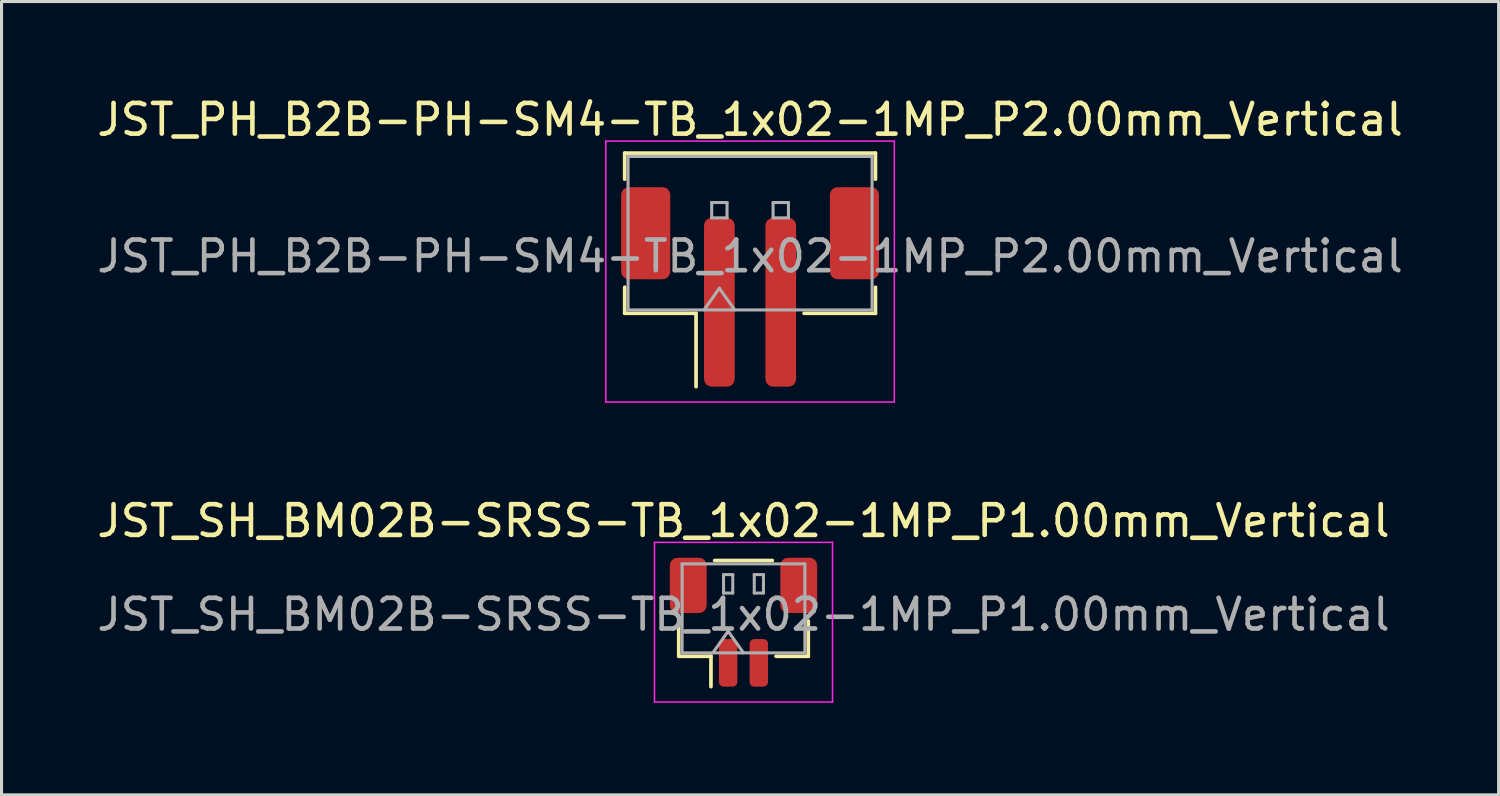
<source format=kicad_pcb>
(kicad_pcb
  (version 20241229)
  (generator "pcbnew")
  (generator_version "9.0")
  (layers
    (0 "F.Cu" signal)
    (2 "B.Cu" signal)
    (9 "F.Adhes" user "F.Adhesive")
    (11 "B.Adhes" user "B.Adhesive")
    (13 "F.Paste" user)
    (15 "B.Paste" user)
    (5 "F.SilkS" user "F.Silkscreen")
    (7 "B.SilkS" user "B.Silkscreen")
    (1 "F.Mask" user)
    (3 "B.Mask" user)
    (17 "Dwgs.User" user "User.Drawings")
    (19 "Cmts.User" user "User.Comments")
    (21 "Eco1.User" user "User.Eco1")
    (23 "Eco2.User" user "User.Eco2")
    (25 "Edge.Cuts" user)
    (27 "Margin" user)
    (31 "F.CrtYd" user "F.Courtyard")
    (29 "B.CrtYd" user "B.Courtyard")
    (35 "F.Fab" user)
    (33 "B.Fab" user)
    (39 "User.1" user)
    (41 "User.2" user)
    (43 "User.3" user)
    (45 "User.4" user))
  (footprint "JST_PH_B2B-PH-SM4-TB_1x02-1MP_P2.00mm_Vertical"
    (layer "F.Cu")
    (at 21.387 6.298)
    (property "Reference" "JST_PH_B2B-PH-SM4-TB_1x02-1MP_P2.00mm_Vertical" (at 0 -5.45 0) (layer "F.SilkS") (effects (font (size 1 1) (thickness 0.15))))
    (attr smd)
    (fp_line (start -4.085 -4.36) (end 4.085 -4.36) (stroke (width 0.12) (type solid)) (layer "F.SilkS"))
    (fp_line (start -4.085 -3.51) (end -4.085 -4.36) (stroke (width 0.12) (type solid)) (layer "F.SilkS"))
    (fp_line (start -4.085 0.01) (end -4.085 0.86) (stroke (width 0.12) (type solid)) (layer "F.SilkS"))
    (fp_line (start -4.085 0.86) (end -1.76 0.86) (stroke (width 0.12) (type solid)) (layer "F.SilkS"))
    (fp_line (start -1.76 0.86) (end -1.76 3.25) (stroke (width 0.12) (type solid)) (layer "F.SilkS"))
    (fp_line (start 4.085 -4.36) (end 4.085 -3.51) (stroke (width 0.12) (type solid)) (layer "F.SilkS"))
    (fp_line (start 4.085 0.01) (end 4.085 0.86) (stroke (width 0.12) (type solid)) (layer "F.SilkS"))
    (fp_line (start 4.085 0.86) (end 1.76 0.86) (stroke (width 0.12) (type solid)) (layer "F.SilkS"))
    (fp_line (start -4.7 -4.75) (end -4.7 3.75) (stroke (width 0.05) (type solid)) (layer "F.CrtYd"))
    (fp_line (start -4.7 3.75) (end 4.7 3.75) (stroke (width 0.05) (type solid)) (layer "F.CrtYd"))
    (fp_line (start 4.7 -4.75) (end -4.7 -4.75) (stroke (width 0.05) (type solid)) (layer "F.CrtYd"))
    (fp_line (start 4.7 3.75) (end 4.7 -4.75) (stroke (width 0.05) (type solid)) (layer "F.CrtYd"))
    (fp_line (start -3.975 -4.25) (end 3.975 -4.25) (stroke (width 0.1) (type solid)) (layer "F.Fab"))
    (fp_line (start -3.975 0.75) (end -3.975 -4.25) (stroke (width 0.1) (type solid)) (layer "F.Fab"))
    (fp_line (start -3.975 0.75) (end 3.975 0.75) (stroke (width 0.1) (type solid)) (layer "F.Fab"))
    (fp_line (start -1.5 0.75) (end -1 0.043) (stroke (width 0.1) (type solid)) (layer "F.Fab"))
    (fp_line (start -1.25 -2.75) (end -1.25 -2.25) (stroke (width 0.1) (type solid)) (layer "F.Fab"))
    (fp_line (start -1.25 -2.25) (end -0.75 -2.25) (stroke (width 0.1) (type solid)) (layer "F.Fab"))
    (fp_line (start -1 0.043) (end -0.5 0.75) (stroke (width 0.1) (type solid)) (layer "F.Fab"))
    (fp_line (start -0.75 -2.75) (end -1.25 -2.75) (stroke (width 0.1) (type solid)) (layer "F.Fab"))
    (fp_line (start -0.75 -2.25) (end -0.75 -2.75) (stroke (width 0.1) (type solid)) (layer "F.Fab"))
    (fp_line (start 0.75 -2.75) (end 0.75 -2.25) (stroke (width 0.1) (type solid)) (layer "F.Fab"))
    (fp_line (start 0.75 -2.25) (end 1.25 -2.25) (stroke (width 0.1) (type solid)) (layer "F.Fab"))
    (fp_line (start 1.25 -2.75) (end 0.75 -2.75) (stroke (width 0.1) (type solid)) (layer "F.Fab"))
    (fp_line (start 1.25 -2.25) (end 1.25 -2.75) (stroke (width 0.1) (type solid)) (layer "F.Fab"))
    (fp_line (start 3.975 0.75) (end 3.975 -4.25) (stroke (width 0.1) (type solid)) (layer "F.Fab"))
    (fp_text user "${REFERENCE}" (at 0 -1 0) (layer "F.Fab") (effects (font (size 1 1) (thickness 0.15))))
    (pad "1" smd roundrect (at -1 0.5) (size 1 5.5) (layers "F.Cu" "F.Mask" "F.Paste") (roundrect_rratio 0.25))
    (pad "2" smd roundrect (at 1 0.5) (size 1 5.5) (layers "F.Cu" "F.Mask" "F.Paste") (roundrect_rratio 0.25))
    (pad "MP" smd roundrect (at -3.4 -1.75) (size 1.6 3) (layers "F.Cu" "F.Mask" "F.Paste") (roundrect_rratio 0.156))
    (pad "MP" smd roundrect (at 3.4 -1.75) (size 1.6 3) (layers "F.Cu" "F.Mask" "F.Paste") (roundrect_rratio 0.156)))
  (footprint "JST_SH_BM02B-SRSS-TB_1x02-1MP_P1.00mm_Vertical"
    (layer "F.Cu")
    (at 21.173 17.221)
    (property "Reference" "JST_SH_BM02B-SRSS-TB_1x02-1MP_P1.00mm_Vertical" (at 0 -3.3 0) (layer "F.SilkS") (effects (font (size 1 1) (thickness 0.15))))
    (attr smd)
    (fp_line (start -2.11 -0.04) (end -2.11 1.11) (stroke (width 0.12) (type solid)) (layer "F.SilkS"))
    (fp_line (start -2.11 1.11) (end -1.06 1.11) (stroke (width 0.12) (type solid)) (layer "F.SilkS"))
    (fp_line (start -1.06 1.11) (end -1.06 2.1) (stroke (width 0.12) (type solid)) (layer "F.SilkS"))
    (fp_line (start -0.94 -2.01) (end 0.94 -2.01) (stroke (width 0.12) (type solid)) (layer "F.SilkS"))
    (fp_line (start 2.11 -0.04) (end 2.11 1.11) (stroke (width 0.12) (type solid)) (layer "F.SilkS"))
    (fp_line (start 2.11 1.11) (end 1.06 1.11) (stroke (width 0.12) (type solid)) (layer "F.SilkS"))
    (fp_line (start -2.9 -2.6) (end -2.9 2.6) (stroke (width 0.05) (type solid)) (layer "F.CrtYd"))
    (fp_line (start -2.9 2.6) (end 2.9 2.6) (stroke (width 0.05) (type solid)) (layer "F.CrtYd"))
    (fp_line (start 2.9 -2.6) (end -2.9 -2.6) (stroke (width 0.05) (type solid)) (layer "F.CrtYd"))
    (fp_line (start 2.9 2.6) (end 2.9 -2.6) (stroke (width 0.05) (type solid)) (layer "F.CrtYd"))
    (fp_line (start -2 -1.9) (end 2 -1.9) (stroke (width 0.1) (type solid)) (layer "F.Fab"))
    (fp_line (start -2 1) (end -2 -1.9) (stroke (width 0.1) (type solid)) (layer "F.Fab"))
    (fp_line (start -2 1) (end 2 1) (stroke (width 0.1) (type solid)) (layer "F.Fab"))
    (fp_line (start -1 1) (end -0.5 0.293) (stroke (width 0.1) (type solid)) (layer "F.Fab"))
    (fp_line (start -0.65 -1.55) (end -0.65 -0.95) (stroke (width 0.1) (type solid)) (layer "F.Fab"))
    (fp_line (start -0.65 -0.95) (end -0.35 -0.95) (stroke (width 0.1) (type solid)) (layer "F.Fab"))
    (fp_line (start -0.5 0.293) (end 0 1) (stroke (width 0.1) (type solid)) (layer "F.Fab"))
    (fp_line (start -0.35 -1.55) (end -0.65 -1.55) (stroke (width 0.1) (type solid)) (layer "F.Fab"))
    (fp_line (start -0.35 -0.95) (end -0.35 -1.55) (stroke (width 0.1) (type solid)) (layer "F.Fab"))
    (fp_line (start 0.35 -1.55) (end 0.35 -0.95) (stroke (width 0.1) (type solid)) (layer "F.Fab"))
    (fp_line (start 0.35 -0.95) (end 0.65 -0.95) (stroke (width 0.1) (type solid)) (layer "F.Fab"))
    (fp_line (start 0.65 -1.55) (end 0.35 -1.55) (stroke (width 0.1) (type solid)) (layer "F.Fab"))
    (fp_line (start 0.65 -0.95) (end 0.65 -1.55) (stroke (width 0.1) (type solid)) (layer "F.Fab"))
    (fp_line (start 2 1) (end 2 -1.9) (stroke (width 0.1) (type solid)) (layer "F.Fab"))
    (fp_text user "${REFERENCE}" (at 0 -0.25 0) (layer "F.Fab") (effects (font (size 1 1) (thickness 0.15))))
    (pad "1" smd roundrect (at -0.5 1.325) (size 0.6 1.55) (layers "F.Cu" "F.Mask" "F.Paste") (roundrect_rratio 0.25))
    (pad "2" smd roundrect (at 0.5 1.325) (size 0.6 1.55) (layers "F.Cu" "F.Mask" "F.Paste") (roundrect_rratio 0.25))
    (pad "MP" smd roundrect (at -1.8 -1.2) (size 1.2 1.8) (layers "F.Cu" "F.Mask" "F.Paste") (roundrect_rratio 0.208))
    (pad "MP" smd roundrect (at 1.8 -1.2) (size 1.2 1.8) (layers "F.Cu" "F.Mask" "F.Paste") (roundrect_rratio 0.208)))
  (gr_rect
    (start -3 -3)
    (end 45.774 22.846)
    (stroke (width 0.1) (type default))
    (fill no)
    (layer "Edge.Cuts")))
</source>
